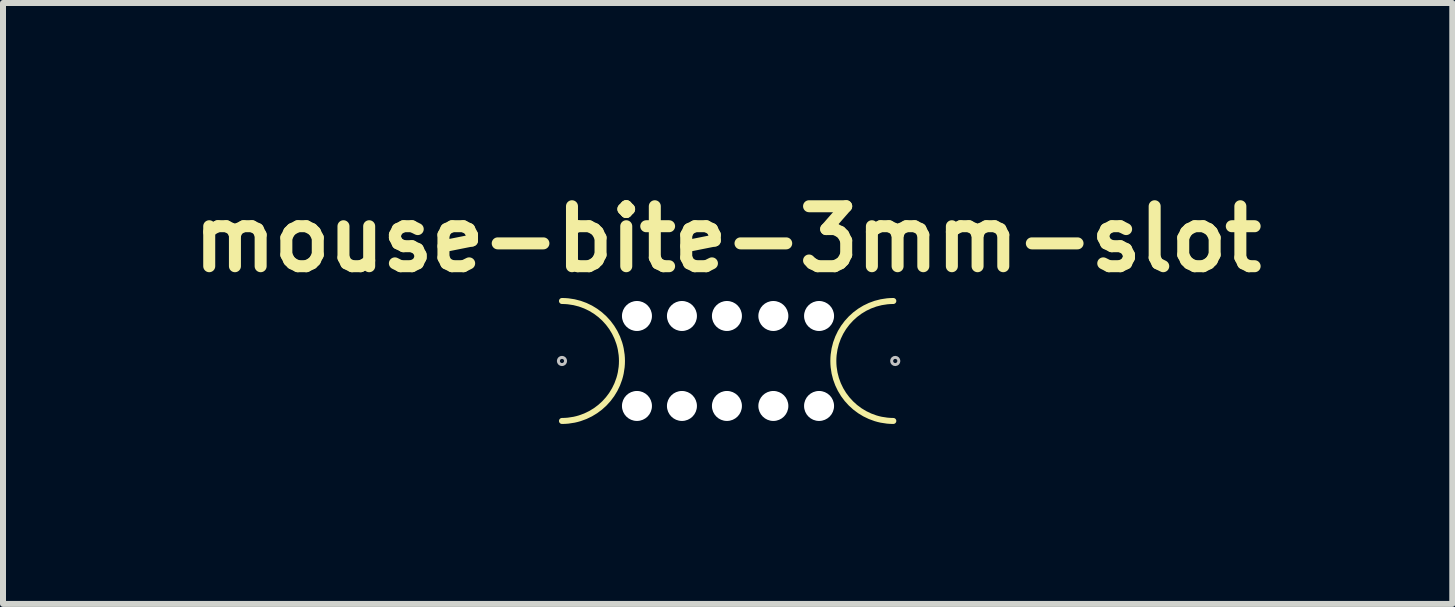
<source format=kicad_pcb>
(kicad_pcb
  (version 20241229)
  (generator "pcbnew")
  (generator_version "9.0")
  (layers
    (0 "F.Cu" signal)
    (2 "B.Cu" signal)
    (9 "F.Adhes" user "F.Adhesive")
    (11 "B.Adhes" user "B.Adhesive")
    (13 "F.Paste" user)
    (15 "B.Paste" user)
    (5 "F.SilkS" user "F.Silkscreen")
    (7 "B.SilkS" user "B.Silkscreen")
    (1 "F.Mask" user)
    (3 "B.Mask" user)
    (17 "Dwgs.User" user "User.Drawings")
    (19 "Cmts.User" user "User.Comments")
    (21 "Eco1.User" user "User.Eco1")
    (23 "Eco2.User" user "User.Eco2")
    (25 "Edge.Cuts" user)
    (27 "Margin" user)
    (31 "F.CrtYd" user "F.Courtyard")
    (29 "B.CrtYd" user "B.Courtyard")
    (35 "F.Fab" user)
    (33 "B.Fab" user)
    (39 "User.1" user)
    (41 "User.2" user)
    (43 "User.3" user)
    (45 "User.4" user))
  (footprint "mouse-bite-3mm-slot"
    (layer "F.Cu")
    (at 9.081 2.968)
    (property "Reference" "mouse-bite-3mm-slot" (at 0 -2.032 0) (layer "F.SilkS") (effects (font (size 1 1) (thickness 0.2))))
    (attr through_hole)
    (fp_arc (start -2.762 -1) (mid -1.762 0) (end -2.762 1) (stroke (width 0.1) (type solid)) (layer "F.SilkS"))
    (fp_arc (start 2.762 1) (mid 1.762 0) (end 2.762 -1) (stroke (width 0.1) (type solid)) (layer "F.SilkS"))
    (fp_circle (center -2.762 0) (end -2.762 -0.06) (stroke (width 0.05) (type solid)) (fill no) (layer "Dwgs.User"))
    (fp_circle (center 2.794 0) (end 2.854 0) (stroke (width 0.05) (type solid)) (fill no) (layer "Dwgs.User"))
    (fp_line (start -2.762 0) (end -2.762 0) (stroke (width 2) (type solid)) (layer "Eco1.User"))
    (fp_line (start 2.762 0) (end 2.762 0) (stroke (width 2) (type solid)) (layer "Eco1.User"))
    (pad "" np_thru_hole circle (at -1.512 -0.75) (size 0.5 0.5) (drill 0.5) (layers "*.Cu" "*.Mask"))
    (pad "" np_thru_hole circle (at -1.512 0.75) (size 0.5 0.5) (drill 0.5) (layers "*.Cu" "*.Mask"))
    (pad "" np_thru_hole circle (at -0.762 -0.75) (size 0.5 0.5) (drill 0.5) (layers "*.Cu" "*.Mask"))
    (pad "" np_thru_hole circle (at -0.762 0.75) (size 0.5 0.5) (drill 0.5) (layers "*.Cu" "*.Mask"))
    (pad "" np_thru_hole circle (at -0.012 -0.75) (size 0.5 0.5) (drill 0.5) (layers "*.Cu" "*.Mask"))
    (pad "" np_thru_hole circle (at -0.012 0.75) (size 0.5 0.5) (drill 0.5) (layers "*.Cu" "*.Mask"))
    (pad "" np_thru_hole circle (at 0.762 -0.75) (size 0.5 0.5) (drill 0.5) (layers "*.Cu" "*.Mask"))
    (pad "" np_thru_hole circle (at 0.762 0.75) (size 0.5 0.5) (drill 0.5) (layers "*.Cu" "*.Mask"))
    (pad "" np_thru_hole circle (at 1.524 -0.75) (size 0.5 0.5) (drill 0.5) (layers "*.Cu" "*.Mask"))
    (pad "" np_thru_hole circle (at 1.524 0.75) (size 0.5 0.5) (drill 0.5) (layers "*.Cu" "*.Mask")))
  (gr_rect
    (start -3 -3)
    (end 21.162 7.018)
    (stroke (width 0.1) (type default))
    (fill no)
    (layer "Edge.Cuts")))
</source>
